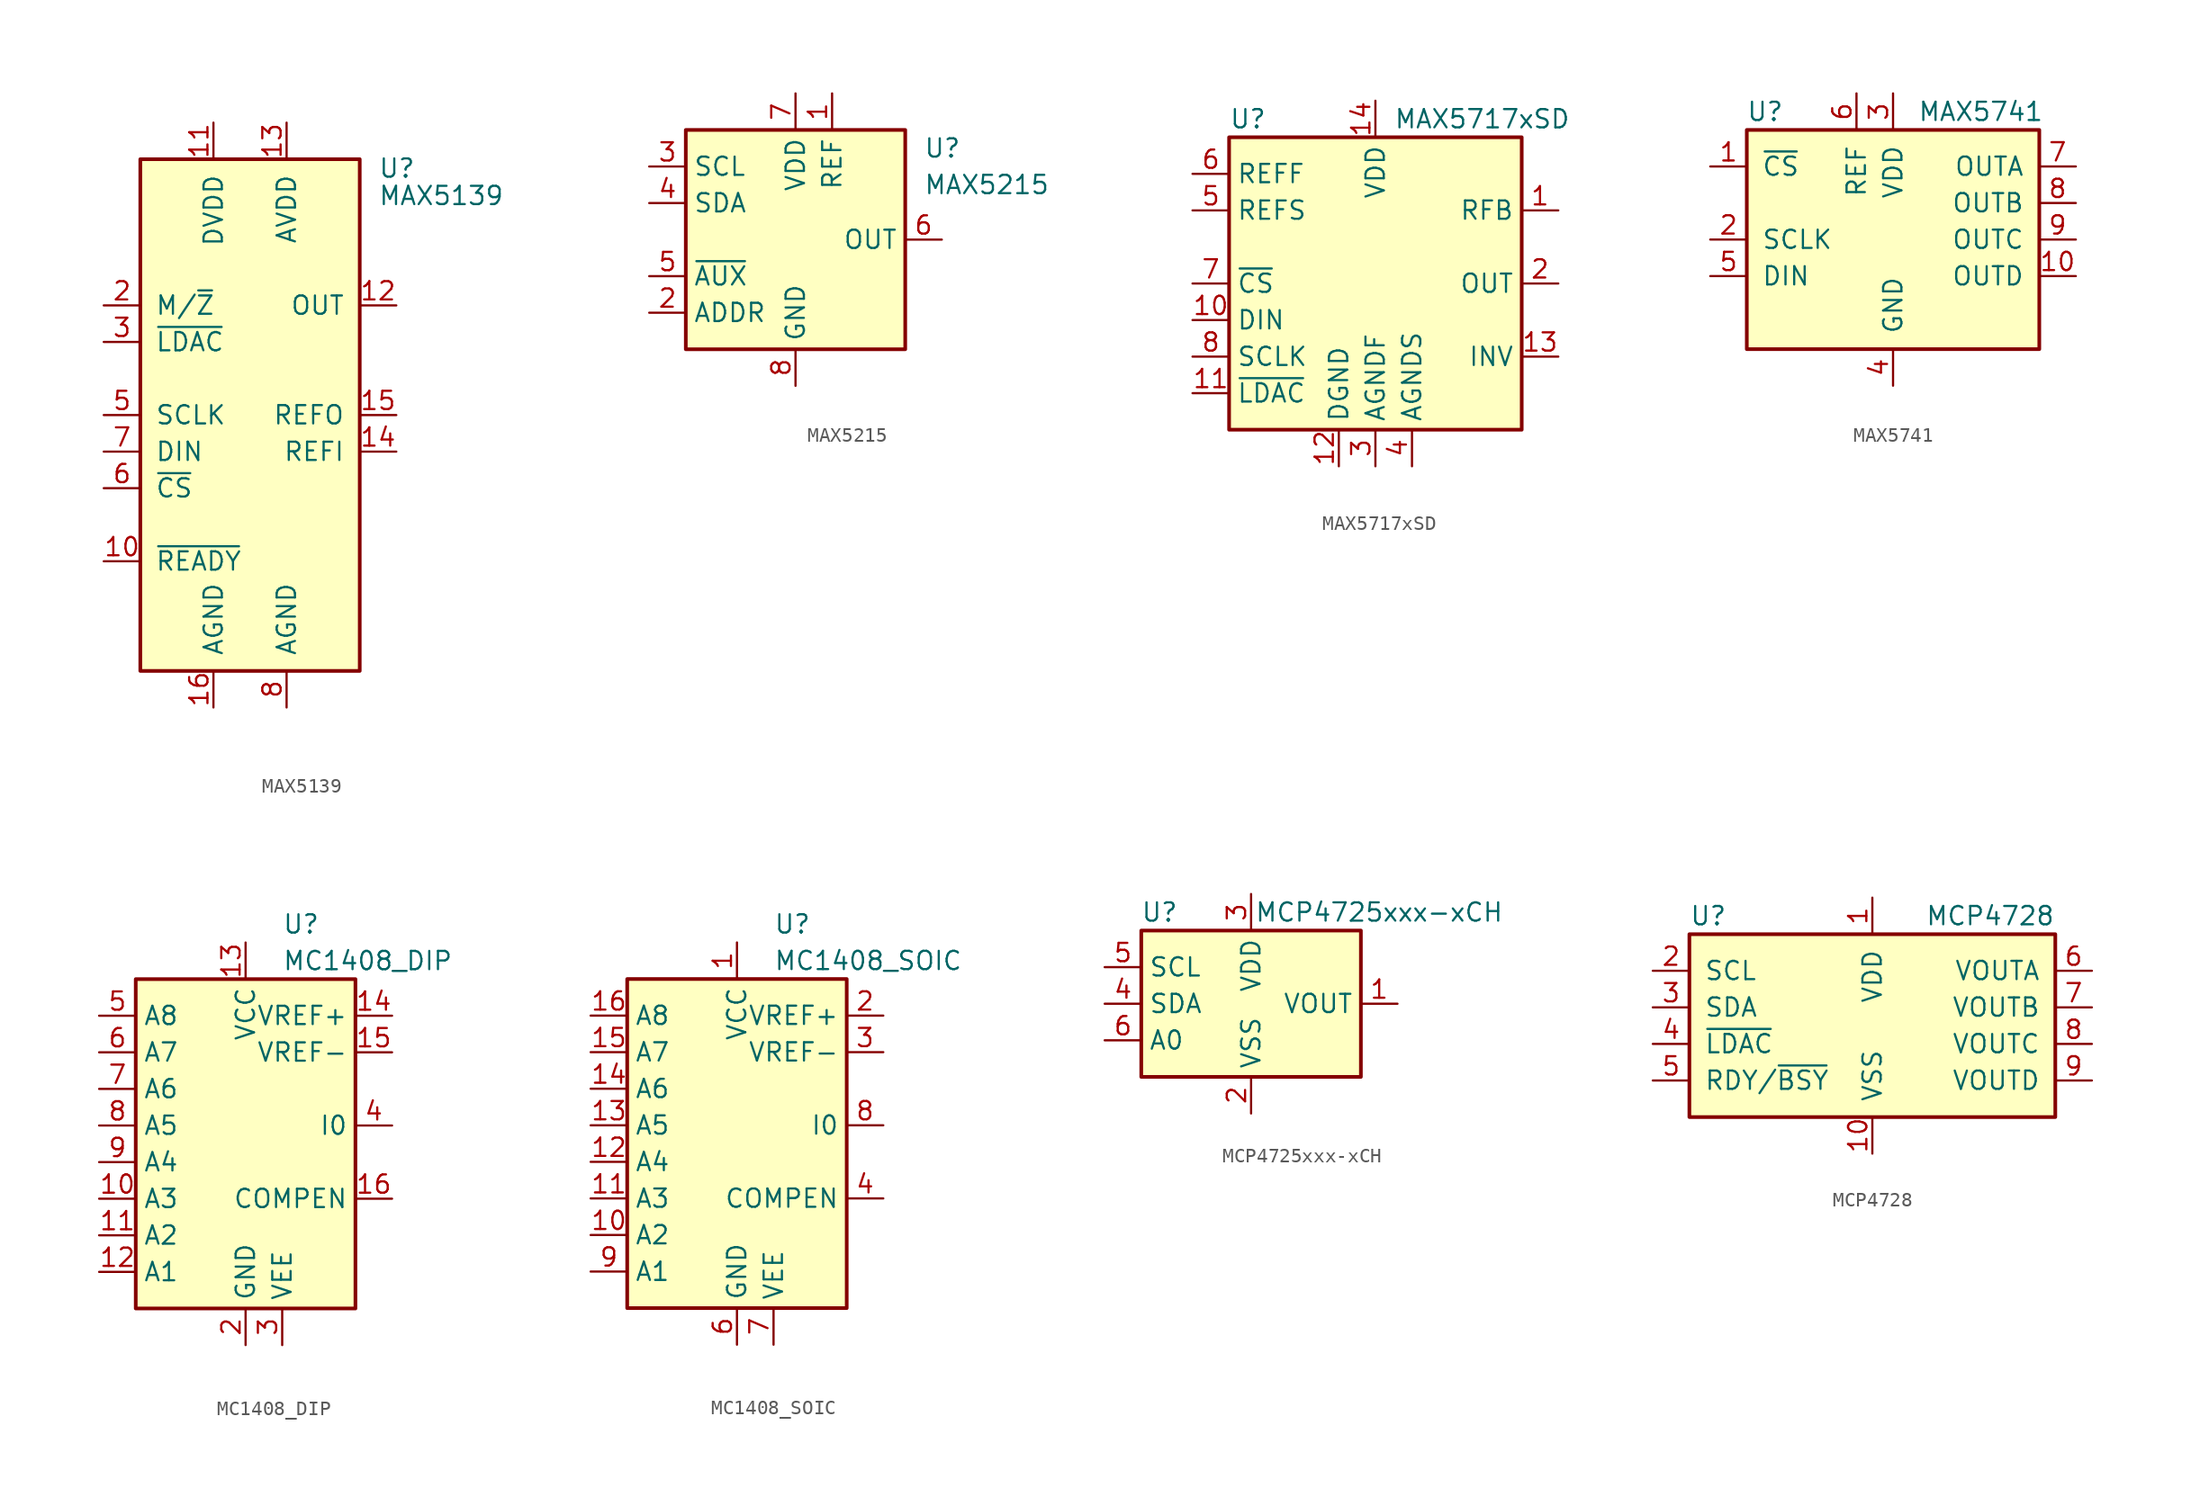
<source format=kicad_sym>
(kicad_symbol_lib
  (version 20211014)
  (generator kicad_symbol_editor)
  (symbol "MAX5139"
    (pin_names
      (offset 1.016))
    (property "Reference" "U"
      (at 8.89 17.145 0)
      (effects (font (size 1.27 1.27)) (justify left)))
    (property "Value" "MAX5139"
      (at 8.89 15.24 0)
      (effects (font (size 1.27 1.27)) (justify left)))
    (symbol "MAX5139_0_1"
      (rectangle (start -7.62 17.78) (end 7.62 -17.78) (stroke (width 0.254) (type default) (color 0 0 0 0)) (fill (type background))))
    (symbol "MAX5139_1_1"
      (pin no_connect line (at 10.16 -10.16 180) (length 2.54) hide (name "NC" (effects (font (size 1.27 1.27)))) (number "1" (effects (font (size 1.27 1.27)))))
      (pin output line (at -10.16 -10.16 0) (length 2.54) (name "~{READY}" (effects (font (size 1.27 1.27)))) (number "10" (effects (font (size 1.27 1.27)))))
      (pin power_in line (at -2.54 20.32 270) (length 2.54) (name "DVDD" (effects (font (size 1.27 1.27)))) (number "11" (effects (font (size 1.27 1.27)))))
      (pin output line (at 10.16 7.62 180) (length 2.54) (name "OUT" (effects (font (size 1.27 1.27)))) (number "12" (effects (font (size 1.27 1.27)))))
      (pin power_in line (at 2.54 20.32 270) (length 2.54) (name "AVDD" (effects (font (size 1.27 1.27)))) (number "13" (effects (font (size 1.27 1.27)))))
      (pin input line (at 10.16 -2.54 180) (length 2.54) (name "REFI" (effects (font (size 1.27 1.27)))) (number "14" (effects (font (size 1.27 1.27)))))
      (pin output line (at 10.16 0 180) (length 2.54) (name "REFO" (effects (font (size 1.27 1.27)))) (number "15" (effects (font (size 1.27 1.27)))))
      (pin power_in line (at -2.54 -20.32 90) (length 2.54) (name "AGND" (effects (font (size 1.27 1.27)))) (number "16" (effects (font (size 1.27 1.27)))))
      (pin input line (at -10.16 7.62 0) (length 2.54) (name "M/~{Z}" (effects (font (size 1.27 1.27)))) (number "2" (effects (font (size 1.27 1.27)))))
      (pin input line (at -10.16 5.08 0) (length 2.54) (name "~{LDAC}" (effects (font (size 1.27 1.27)))) (number "3" (effects (font (size 1.27 1.27)))))
      (pin no_connect line (at 10.16 -7.62 180) (length 2.54) hide (name "NC" (effects (font (size 1.27 1.27)))) (number "4" (effects (font (size 1.27 1.27)))))
      (pin input line (at -10.16 0 0) (length 2.54) (name "SCLK" (effects (font (size 1.27 1.27)))) (number "5" (effects (font (size 1.27 1.27)))))
      (pin input line (at -10.16 -5.08 0) (length 2.54) (name "~{CS}" (effects (font (size 1.27 1.27)))) (number "6" (effects (font (size 1.27 1.27)))))
      (pin input line (at -10.16 -2.54 0) (length 2.54) (name "DIN" (effects (font (size 1.27 1.27)))) (number "7" (effects (font (size 1.27 1.27)))))
      (pin power_in line (at 2.54 -20.32 90) (length 2.54) (name "AGND" (effects (font (size 1.27 1.27)))) (number "8" (effects (font (size 1.27 1.27)))))
      (pin no_connect line (at 10.16 -5.08 180) (length 2.54) hide (name "NC" (effects (font (size 1.27 1.27)))) (number "9" (effects (font (size 1.27 1.27)))))))
  (symbol "MAX5215"
    (property "Reference" "U"
      (at 8.89 6.35 0)
      (effects (font (size 1.27 1.27)) (justify left)))
    (property "Value" "MAX5215"
      (at 8.89 3.81 0)
      (effects (font (size 1.27 1.27)) (justify left)))
    (symbol "MAX5215_0_1"
      (rectangle (start -7.62 7.62) (end 7.62 -7.62) (stroke (width 0.254) (type default) (color 0 0 0 0)) (fill (type background))))
    (symbol "MAX5215_1_1"
      (pin power_in line (at 2.54 10.16 270) (length 2.54) (name "REF" (effects (font (size 1.27 1.27)))) (number "1" (effects (font (size 1.27 1.27)))))
      (pin input line (at -10.16 -5.08 0) (length 2.54) (name "ADDR" (effects (font (size 1.27 1.27)))) (number "2" (effects (font (size 1.27 1.27)))))
      (pin input line (at -10.16 5.08 0) (length 2.54) (name "SCL" (effects (font (size 1.27 1.27)))) (number "3" (effects (font (size 1.27 1.27)))))
      (pin bidirectional line (at -10.16 2.54 0) (length 2.54) (name "SDA" (effects (font (size 1.27 1.27)))) (number "4" (effects (font (size 1.27 1.27)))))
      (pin input line (at -10.16 -2.54 0) (length 2.54) (name "~{AUX}" (effects (font (size 1.27 1.27)))) (number "5" (effects (font (size 1.27 1.27)))))
      (pin output line (at 10.16 0 180) (length 2.54) (name "OUT" (effects (font (size 1.27 1.27)))) (number "6" (effects (font (size 1.27 1.27)))))
      (pin power_in line (at 0 10.16 270) (length 2.54) (name "VDD" (effects (font (size 1.27 1.27)))) (number "7" (effects (font (size 1.27 1.27)))))
      (pin power_in line (at 0 -10.16 90) (length 2.54) (name "GND" (effects (font (size 1.27 1.27)))) (number "8" (effects (font (size 1.27 1.27)))))))
  (symbol "MAX5717xSD"
    (property "Reference" "U"
      (at -10.16 11.43 0)
      (effects (font (size 1.27 1.27)) (justify left)))
    (property "Value" "MAX5717xSD"
      (at 1.27 11.43 0)
      (effects (font (size 1.27 1.27)) (justify left)))
    (symbol "MAX5717xSD_0_1"
      (rectangle (start -10.16 10.16) (end 10.16 -10.16) (stroke (width 0.254) (type default) (color 0 0 0 0)) (fill (type background))))
    (symbol "MAX5717xSD_1_1"
      (pin passive line (at 12.7 5.08 180) (length 2.54) (name "RFB" (effects (font (size 1.27 1.27)))) (number "1" (effects (font (size 1.27 1.27)))))
      (pin input line (at -12.7 -2.54 0) (length 2.54) (name "DIN" (effects (font (size 1.27 1.27)))) (number "10" (effects (font (size 1.27 1.27)))))
      (pin input line (at -12.7 -7.62 0) (length 2.54) (name "~{LDAC}" (effects (font (size 1.27 1.27)))) (number "11" (effects (font (size 1.27 1.27)))))
      (pin power_in line (at -2.54 -12.7 90) (length 2.54) (name "DGND" (effects (font (size 1.27 1.27)))) (number "12" (effects (font (size 1.27 1.27)))))
      (pin passive line (at 12.7 -5.08 180) (length 2.54) (name "INV" (effects (font (size 1.27 1.27)))) (number "13" (effects (font (size 1.27 1.27)))))
      (pin power_in line (at 0 12.7 270) (length 2.54) (name "VDD" (effects (font (size 1.27 1.27)))) (number "14" (effects (font (size 1.27 1.27)))))
      (pin output line (at 12.7 0 180) (length 2.54) (name "OUT" (effects (font (size 1.27 1.27)))) (number "2" (effects (font (size 1.27 1.27)))))
      (pin power_in line (at 0 -12.7 90) (length 2.54) (name "AGNDF" (effects (font (size 1.27 1.27)))) (number "3" (effects (font (size 1.27 1.27)))))
      (pin power_in line (at 2.54 -12.7 90) (length 2.54) (name "AGNDS" (effects (font (size 1.27 1.27)))) (number "4" (effects (font (size 1.27 1.27)))))
      (pin input line (at -12.7 5.08 0) (length 2.54) (name "REFS" (effects (font (size 1.27 1.27)))) (number "5" (effects (font (size 1.27 1.27)))))
      (pin input line (at -12.7 7.62 0) (length 2.54) (name "REFF" (effects (font (size 1.27 1.27)))) (number "6" (effects (font (size 1.27 1.27)))))
      (pin input line (at -12.7 0 0) (length 2.54) (name "~{CS}" (effects (font (size 1.27 1.27)))) (number "7" (effects (font (size 1.27 1.27)))))
      (pin input line (at -12.7 -5.08 0) (length 2.54) (name "SCLK" (effects (font (size 1.27 1.27)))) (number "8" (effects (font (size 1.27 1.27)))))
      (pin no_connect line (at 10.16 -7.62 180) (length 2.54) hide (name "NC" (effects (font (size 1.27 1.27)))) (number "9" (effects (font (size 1.27 1.27)))))))
  (symbol "MAX5741"
    (pin_names
      (offset 1.016))
    (property "Reference" "U"
      (at -8.89 8.89 0)
      (effects (font (size 1.27 1.27))))
    (property "Value" "MAX5741"
      (at 6.096 8.89 0)
      (effects (font (size 1.27 1.27))))
    (symbol "MAX5741_1_1"
      (rectangle (start -10.16 7.62) (end 10.16 -7.62) (stroke (width 0.254) (type default) (color 0 0 0 0)) (fill (type background)))
      (pin input line (at -12.7 5.08 0) (length 2.54) (name "~{CS}" (effects (font (size 1.27 1.27)))) (number "1" (effects (font (size 1.27 1.27)))))
      (pin output line (at 12.7 -2.54 180) (length 2.54) (name "OUTD" (effects (font (size 1.27 1.27)))) (number "10" (effects (font (size 1.27 1.27)))))
      (pin input line (at -12.7 0 0) (length 2.54) (name "SCLK" (effects (font (size 1.27 1.27)))) (number "2" (effects (font (size 1.27 1.27)))))
      (pin power_in line (at 0 10.16 270) (length 2.54) (name "VDD" (effects (font (size 1.27 1.27)))) (number "3" (effects (font (size 1.27 1.27)))))
      (pin power_in line (at 0 -10.16 90) (length 2.54) (name "GND" (effects (font (size 1.27 1.27)))) (number "4" (effects (font (size 1.27 1.27)))))
      (pin input line (at -12.7 -2.54 0) (length 2.54) (name "DIN" (effects (font (size 1.27 1.27)))) (number "5" (effects (font (size 1.27 1.27)))))
      (pin power_in line (at -2.54 10.16 270) (length 2.54) (name "REF" (effects (font (size 1.27 1.27)))) (number "6" (effects (font (size 1.27 1.27)))))
      (pin output line (at 12.7 5.08 180) (length 2.54) (name "OUTA" (effects (font (size 1.27 1.27)))) (number "7" (effects (font (size 1.27 1.27)))))
      (pin output line (at 12.7 2.54 180) (length 2.54) (name "OUTB" (effects (font (size 1.27 1.27)))) (number "8" (effects (font (size 1.27 1.27)))))
      (pin output line (at 12.7 0 180) (length 2.54) (name "OUTC" (effects (font (size 1.27 1.27)))) (number "9" (effects (font (size 1.27 1.27)))))))
  (symbol "MC1408_DIP"
    (property "Reference" "U"
      (at 2.54 16.51 0)
      (effects (font (size 1.27 1.27)) (justify left)))
    (property "Value" "MC1408_DIP"
      (at 2.54 13.97 0)
      (effects (font (size 1.27 1.27)) (justify left)))
    (symbol "MC1408_DIP_0_0"
      (rectangle (start -7.62 -10.16) (end 7.62 12.7) (stroke (width 0.254) (type default) (color 0 0 0 0)) (fill (type background))))
    (symbol "MC1408_DIP_1_1"
      (pin no_connect line (at 10.16 -5.08 180) (length 2.54) hide (name "NC" (effects (font (size 1.27 1.27)))) (number "1" (effects (font (size 1.27 1.27)))))
      (pin input line (at -10.16 -2.54 0) (length 2.54) (name "A3" (effects (font (size 1.27 1.27)))) (number "10" (effects (font (size 1.27 1.27)))))
      (pin input line (at -10.16 -5.08 0) (length 2.54) (name "A2" (effects (font (size 1.27 1.27)))) (number "11" (effects (font (size 1.27 1.27)))))
      (pin input line (at -10.16 -7.62 0) (length 2.54) (name "A1" (effects (font (size 1.27 1.27)))) (number "12" (effects (font (size 1.27 1.27)))))
      (pin power_in line (at 0 15.24 270) (length 2.54) (name "VCC" (effects (font (size 1.27 1.27)))) (number "13" (effects (font (size 1.27 1.27)))))
      (pin output line (at 10.16 10.16 180) (length 2.54) (name "VREF+" (effects (font (size 1.27 1.27)))) (number "14" (effects (font (size 1.27 1.27)))))
      (pin output line (at 10.16 7.62 180) (length 2.54) (name "VREF-" (effects (font (size 1.27 1.27)))) (number "15" (effects (font (size 1.27 1.27)))))
      (pin passive line (at 10.16 -2.54 180) (length 2.54) (name "COMPEN" (effects (font (size 1.27 1.27)))) (number "16" (effects (font (size 1.27 1.27)))))
      (pin power_in line (at 0 -12.7 90) (length 2.54) (name "GND" (effects (font (size 1.27 1.27)))) (number "2" (effects (font (size 1.27 1.27)))))
      (pin power_in line (at 2.54 -12.7 90) (length 2.54) (name "VEE" (effects (font (size 1.27 1.27)))) (number "3" (effects (font (size 1.27 1.27)))))
      (pin input line (at 10.16 2.54 180) (length 2.54) (name "I0" (effects (font (size 1.27 1.27)))) (number "4" (effects (font (size 1.27 1.27)))))
      (pin input line (at -10.16 10.16 0) (length 2.54) (name "A8" (effects (font (size 1.27 1.27)))) (number "5" (effects (font (size 1.27 1.27)))))
      (pin input line (at -10.16 7.62 0) (length 2.54) (name "A7" (effects (font (size 1.27 1.27)))) (number "6" (effects (font (size 1.27 1.27)))))
      (pin input line (at -10.16 5.08 0) (length 2.54) (name "A6" (effects (font (size 1.27 1.27)))) (number "7" (effects (font (size 1.27 1.27)))))
      (pin input line (at -10.16 2.54 0) (length 2.54) (name "A5" (effects (font (size 1.27 1.27)))) (number "8" (effects (font (size 1.27 1.27)))))
      (pin input line (at -10.16 0 0) (length 2.54) (name "A4" (effects (font (size 1.27 1.27)))) (number "9" (effects (font (size 1.27 1.27)))))))
  (symbol "MC1408_SOIC"
    (property "Reference" "U"
      (at 2.54 16.51 0)
      (effects (font (size 1.27 1.27)) (justify left)))
    (property "Value" "MC1408_SOIC"
      (at 2.54 13.97 0)
      (effects (font (size 1.27 1.27)) (justify left)))
    (symbol "MC1408_SOIC_0_0"
      (rectangle (start -7.62 -10.16) (end 7.62 12.7) (stroke (width 0.254) (type default) (color 0 0 0 0)) (fill (type background))))
    (symbol "MC1408_SOIC_1_1"
      (pin power_in line (at 0 15.24 270) (length 2.54) (name "VCC" (effects (font (size 1.27 1.27)))) (number "1" (effects (font (size 1.27 1.27)))))
      (pin input line (at -10.16 -5.08 0) (length 2.54) (name "A2" (effects (font (size 1.27 1.27)))) (number "10" (effects (font (size 1.27 1.27)))))
      (pin input line (at -10.16 -2.54 0) (length 2.54) (name "A3" (effects (font (size 1.27 1.27)))) (number "11" (effects (font (size 1.27 1.27)))))
      (pin input line (at -10.16 0 0) (length 2.54) (name "A4" (effects (font (size 1.27 1.27)))) (number "12" (effects (font (size 1.27 1.27)))))
      (pin input line (at -10.16 2.54 0) (length 2.54) (name "A5" (effects (font (size 1.27 1.27)))) (number "13" (effects (font (size 1.27 1.27)))))
      (pin input line (at -10.16 5.08 0) (length 2.54) (name "A6" (effects (font (size 1.27 1.27)))) (number "14" (effects (font (size 1.27 1.27)))))
      (pin input line (at -10.16 7.62 0) (length 2.54) (name "A7" (effects (font (size 1.27 1.27)))) (number "15" (effects (font (size 1.27 1.27)))))
      (pin input line (at -10.16 10.16 0) (length 2.54) (name "A8" (effects (font (size 1.27 1.27)))) (number "16" (effects (font (size 1.27 1.27)))))
      (pin output line (at 10.16 10.16 180) (length 2.54) (name "VREF+" (effects (font (size 1.27 1.27)))) (number "2" (effects (font (size 1.27 1.27)))))
      (pin output line (at 10.16 7.62 180) (length 2.54) (name "VREF-" (effects (font (size 1.27 1.27)))) (number "3" (effects (font (size 1.27 1.27)))))
      (pin passive line (at 10.16 -2.54 180) (length 2.54) (name "COMPEN" (effects (font (size 1.27 1.27)))) (number "4" (effects (font (size 1.27 1.27)))))
      (pin no_connect line (at 10.16 -5.08 180) (length 2.54) hide (name "NC" (effects (font (size 1.27 1.27)))) (number "5" (effects (font (size 1.27 1.27)))))
      (pin power_in line (at 0 -12.7 90) (length 2.54) (name "GND" (effects (font (size 1.27 1.27)))) (number "6" (effects (font (size 1.27 1.27)))))
      (pin power_in line (at 2.54 -12.7 90) (length 2.54) (name "VEE" (effects (font (size 1.27 1.27)))) (number "7" (effects (font (size 1.27 1.27)))))
      (pin input line (at 10.16 2.54 180) (length 2.54) (name "I0" (effects (font (size 1.27 1.27)))) (number "8" (effects (font (size 1.27 1.27)))))
      (pin input line (at -10.16 -7.62 0) (length 2.54) (name "A1" (effects (font (size 1.27 1.27)))) (number "9" (effects (font (size 1.27 1.27)))))))
  (symbol "MCP4725xxx-xCH"
    (property "Reference" "U"
      (at -6.35 6.35 0)
      (effects (font (size 1.27 1.27))))
    (property "Value" "MCP4725xxx-xCH"
      (at 8.89 6.35 0)
      (effects (font (size 1.27 1.27))))
    (symbol "MCP4725xxx-xCH_0_1"
      (rectangle (start -7.62 5.08) (end 7.62 -5.08) (stroke (width 0.254) (type default) (color 0 0 0 0)) (fill (type background))))
    (symbol "MCP4725xxx-xCH_1_1"
      (pin output line (at 10.16 0 180) (length 2.54) (name "VOUT" (effects (font (size 1.27 1.27)))) (number "1" (effects (font (size 1.27 1.27)))))
      (pin power_in line (at 0 -7.62 90) (length 2.54) (name "VSS" (effects (font (size 1.27 1.27)))) (number "2" (effects (font (size 1.27 1.27)))))
      (pin power_in line (at 0 7.62 270) (length 2.54) (name "VDD" (effects (font (size 1.27 1.27)))) (number "3" (effects (font (size 1.27 1.27)))))
      (pin bidirectional line (at -10.16 0 0) (length 2.54) (name "SDA" (effects (font (size 1.27 1.27)))) (number "4" (effects (font (size 1.27 1.27)))))
      (pin input line (at -10.16 2.54 0) (length 2.54) (name "SCL" (effects (font (size 1.27 1.27)))) (number "5" (effects (font (size 1.27 1.27)))))
      (pin input line (at -10.16 -2.54 0) (length 2.54) (name "A0" (effects (font (size 1.27 1.27)))) (number "6" (effects (font (size 1.27 1.27)))))))
  (symbol "MCP4728"
    (pin_names
      (offset 1.016))
    (property "Reference" "U"
      (at -12.7 6.35 0)
      (effects (font (size 1.27 1.27)) (justify left)))
    (property "Value" "MCP4728"
      (at 12.7 6.35 0)
      (effects (font (size 1.27 1.27)) (justify right)))
    (symbol "MCP4728_0_1"
      (rectangle (start -12.7 5.08) (end 12.7 -7.62) (stroke (width 0.254) (type default) (color 0 0 0 0)) (fill (type background))))
    (symbol "MCP4728_1_1"
      (pin power_in line (at 0 7.62 270) (length 2.54) (name "VDD" (effects (font (size 1.27 1.27)))) (number "1" (effects (font (size 1.27 1.27)))))
      (pin power_in line (at 0 -10.16 90) (length 2.54) (name "VSS" (effects (font (size 1.27 1.27)))) (number "10" (effects (font (size 1.27 1.27)))))
      (pin input line (at -15.24 2.54 0) (length 2.54) (name "SCL" (effects (font (size 1.27 1.27)))) (number "2" (effects (font (size 1.27 1.27)))))
      (pin bidirectional line (at -15.24 0 0) (length 2.54) (name "SDA" (effects (font (size 1.27 1.27)))) (number "3" (effects (font (size 1.27 1.27)))))
      (pin input line (at -15.24 -2.54 0) (length 2.54) (name "~{LDAC}" (effects (font (size 1.27 1.27)))) (number "4" (effects (font (size 1.27 1.27)))))
      (pin output line (at -15.24 -5.08 0) (length 2.54) (name "RDY/~{BSY}" (effects (font (size 1.27 1.27)))) (number "5" (effects (font (size 1.27 1.27)))))
      (pin output line (at 15.24 2.54 180) (length 2.54) (name "VOUTA" (effects (font (size 1.27 1.27)))) (number "6" (effects (font (size 1.27 1.27)))))
      (pin output line (at 15.24 0 180) (length 2.54) (name "VOUTB" (effects (font (size 1.27 1.27)))) (number "7" (effects (font (size 1.27 1.27)))))
      (pin output line (at 15.24 -2.54 180) (length 2.54) (name "VOUTC" (effects (font (size 1.27 1.27)))) (number "8" (effects (font (size 1.27 1.27)))))
      (pin output line (at 15.24 -5.08 180) (length 2.54) (name "VOUTD" (effects (font (size 1.27 1.27)))) (number "9" (effects (font (size 1.27 1.27))))))))
</source>
